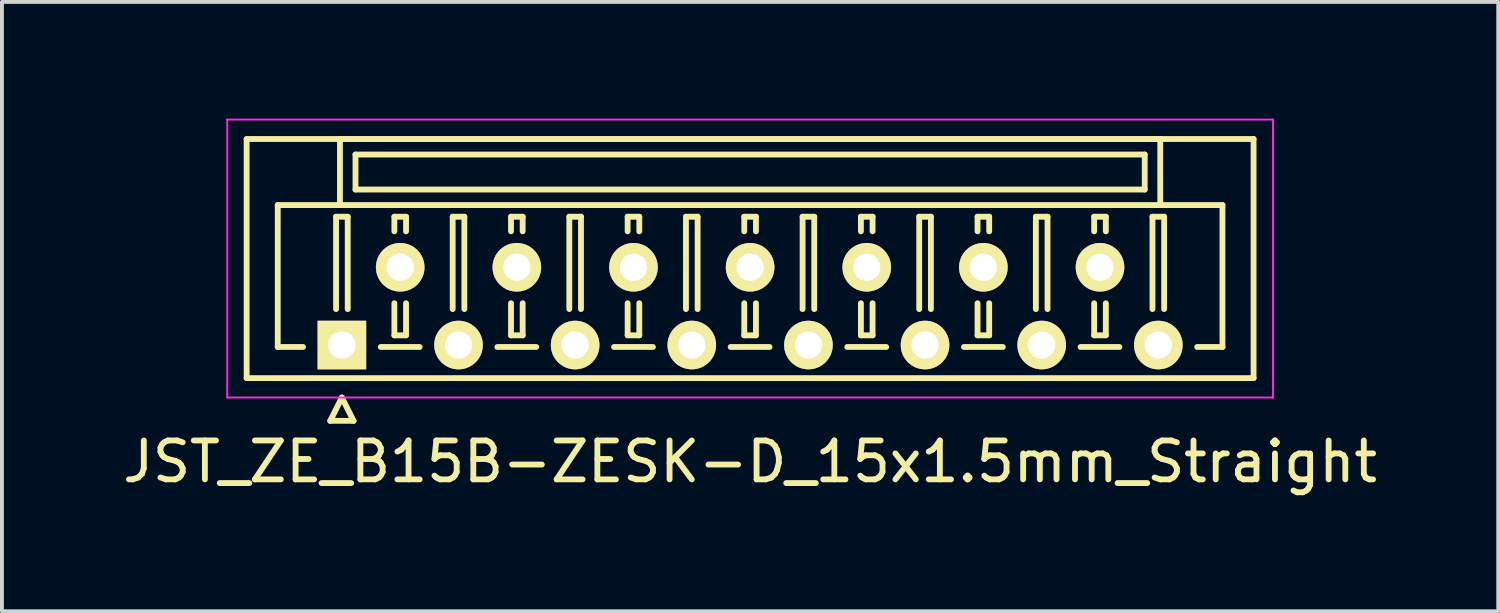
<source format=kicad_pcb>
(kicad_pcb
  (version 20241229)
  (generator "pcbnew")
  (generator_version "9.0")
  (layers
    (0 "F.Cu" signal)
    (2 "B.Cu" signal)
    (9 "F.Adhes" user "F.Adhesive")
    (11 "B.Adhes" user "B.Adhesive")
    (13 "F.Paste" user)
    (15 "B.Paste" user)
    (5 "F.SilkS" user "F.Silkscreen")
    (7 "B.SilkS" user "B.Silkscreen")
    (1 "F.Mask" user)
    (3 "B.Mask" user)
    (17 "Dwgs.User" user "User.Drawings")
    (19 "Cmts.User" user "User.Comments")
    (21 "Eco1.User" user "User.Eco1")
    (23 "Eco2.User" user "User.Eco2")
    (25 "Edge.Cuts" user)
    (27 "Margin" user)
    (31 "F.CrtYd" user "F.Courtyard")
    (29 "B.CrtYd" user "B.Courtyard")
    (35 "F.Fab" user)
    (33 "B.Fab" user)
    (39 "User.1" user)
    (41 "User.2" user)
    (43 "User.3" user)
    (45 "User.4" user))
  (footprint "JST_ZE_B15B-ZESK-D_15x1.5mm_Straight"
    (layer "F.Cu")
    (at 5.744 5.825)
    (property "Reference" "JST_ZE_B15B-ZESK-D_15x1.5mm_Straight" (at 10.5 3 0) (layer "F.SilkS") (effects (font (size 1 1) (thickness 0.15))))
    (attr through_hole)
    (fp_line (start -2.45 -5.3) (end -2.45 0.85) (stroke (width 0.15) (type solid)) (layer "F.SilkS"))
    (fp_line (start -2.45 0.85) (end 23.45 0.85) (stroke (width 0.15) (type solid)) (layer "F.SilkS"))
    (fp_line (start -1.65 -3.6) (end -1.65 0.05) (stroke (width 0.15) (type solid)) (layer "F.SilkS"))
    (fp_line (start -1.65 0.05) (end -1 0.05) (stroke (width 0.15) (type solid)) (layer "F.SilkS"))
    (fp_line (start -0.3 1.95) (end 0 1.35) (stroke (width 0.15) (type solid)) (layer "F.SilkS"))
    (fp_line (start -0.15 -3.3) (end 0.15 -3.3) (stroke (width 0.15) (type solid)) (layer "F.SilkS"))
    (fp_line (start -0.15 -0.925) (end -0.15 -3.3) (stroke (width 0.15) (type solid)) (layer "F.SilkS"))
    (fp_line (start -0.05 -5.3) (end -0.05 -3.6) (stroke (width 0.15) (type solid)) (layer "F.SilkS"))
    (fp_line (start -0.05 -3.6) (end -1.65 -3.6) (stroke (width 0.15) (type solid)) (layer "F.SilkS"))
    (fp_line (start -0.05 -3.6) (end 21.05 -3.6) (stroke (width 0.15) (type solid)) (layer "F.SilkS"))
    (fp_line (start 0 1.35) (end 0.3 1.95) (stroke (width 0.15) (type solid)) (layer "F.SilkS"))
    (fp_line (start 0.15 -3.3) (end 0.15 -0.925) (stroke (width 0.15) (type solid)) (layer "F.SilkS"))
    (fp_line (start 0.3 1.95) (end -0.3 1.95) (stroke (width 0.15) (type solid)) (layer "F.SilkS"))
    (fp_line (start 0.35 -4.9) (end 0.35 -4) (stroke (width 0.15) (type solid)) (layer "F.SilkS"))
    (fp_line (start 0.35 -4) (end 20.65 -4) (stroke (width 0.15) (type solid)) (layer "F.SilkS"))
    (fp_line (start 1 0.05) (end 2 0.05) (stroke (width 0.15) (type solid)) (layer "F.SilkS"))
    (fp_line (start 1.35 -3.3) (end 1.65 -3.3) (stroke (width 0.15) (type solid)) (layer "F.SilkS"))
    (fp_line (start 1.35 -2.925) (end 1.35 -3.3) (stroke (width 0.15) (type solid)) (layer "F.SilkS"))
    (fp_line (start 1.35 -1.075) (end 1.35 -0.25) (stroke (width 0.15) (type solid)) (layer "F.SilkS"))
    (fp_line (start 1.35 -0.25) (end 1.65 -0.25) (stroke (width 0.15) (type solid)) (layer "F.SilkS"))
    (fp_line (start 1.65 -3.3) (end 1.65 -2.925) (stroke (width 0.15) (type solid)) (layer "F.SilkS"))
    (fp_line (start 1.65 -0.25) (end 1.65 -1.075) (stroke (width 0.15) (type solid)) (layer "F.SilkS"))
    (fp_line (start 2.85 -3.3) (end 3.15 -3.3) (stroke (width 0.15) (type solid)) (layer "F.SilkS"))
    (fp_line (start 2.85 -0.925) (end 2.85 -3.3) (stroke (width 0.15) (type solid)) (layer "F.SilkS"))
    (fp_line (start 3.15 -3.3) (end 3.15 -0.925) (stroke (width 0.15) (type solid)) (layer "F.SilkS"))
    (fp_line (start 4 0.05) (end 5 0.05) (stroke (width 0.15) (type solid)) (layer "F.SilkS"))
    (fp_line (start 4.35 -3.3) (end 4.65 -3.3) (stroke (width 0.15) (type solid)) (layer "F.SilkS"))
    (fp_line (start 4.35 -2.925) (end 4.35 -3.3) (stroke (width 0.15) (type solid)) (layer "F.SilkS"))
    (fp_line (start 4.35 -1.075) (end 4.35 -0.25) (stroke (width 0.15) (type solid)) (layer "F.SilkS"))
    (fp_line (start 4.35 -0.25) (end 4.65 -0.25) (stroke (width 0.15) (type solid)) (layer "F.SilkS"))
    (fp_line (start 4.65 -3.3) (end 4.65 -2.925) (stroke (width 0.15) (type solid)) (layer "F.SilkS"))
    (fp_line (start 4.65 -0.25) (end 4.65 -1.075) (stroke (width 0.15) (type solid)) (layer "F.SilkS"))
    (fp_line (start 5.85 -3.3) (end 6.15 -3.3) (stroke (width 0.15) (type solid)) (layer "F.SilkS"))
    (fp_line (start 5.85 -0.925) (end 5.85 -3.3) (stroke (width 0.15) (type solid)) (layer "F.SilkS"))
    (fp_line (start 6.15 -3.3) (end 6.15 -0.925) (stroke (width 0.15) (type solid)) (layer "F.SilkS"))
    (fp_line (start 7 0.05) (end 8 0.05) (stroke (width 0.15) (type solid)) (layer "F.SilkS"))
    (fp_line (start 7.35 -3.3) (end 7.65 -3.3) (stroke (width 0.15) (type solid)) (layer "F.SilkS"))
    (fp_line (start 7.35 -2.925) (end 7.35 -3.3) (stroke (width 0.15) (type solid)) (layer "F.SilkS"))
    (fp_line (start 7.35 -1.075) (end 7.35 -0.25) (stroke (width 0.15) (type solid)) (layer "F.SilkS"))
    (fp_line (start 7.35 -0.25) (end 7.65 -0.25) (stroke (width 0.15) (type solid)) (layer "F.SilkS"))
    (fp_line (start 7.65 -3.3) (end 7.65 -2.925) (stroke (width 0.15) (type solid)) (layer "F.SilkS"))
    (fp_line (start 7.65 -0.25) (end 7.65 -1.075) (stroke (width 0.15) (type solid)) (layer "F.SilkS"))
    (fp_line (start 8.85 -3.3) (end 9.15 -3.3) (stroke (width 0.15) (type solid)) (layer "F.SilkS"))
    (fp_line (start 8.85 -0.925) (end 8.85 -3.3) (stroke (width 0.15) (type solid)) (layer "F.SilkS"))
    (fp_line (start 9.15 -3.3) (end 9.15 -0.925) (stroke (width 0.15) (type solid)) (layer "F.SilkS"))
    (fp_line (start 10 0.05) (end 11 0.05) (stroke (width 0.15) (type solid)) (layer "F.SilkS"))
    (fp_line (start 10.35 -3.3) (end 10.65 -3.3) (stroke (width 0.15) (type solid)) (layer "F.SilkS"))
    (fp_line (start 10.35 -2.925) (end 10.35 -3.3) (stroke (width 0.15) (type solid)) (layer "F.SilkS"))
    (fp_line (start 10.35 -1.075) (end 10.35 -0.25) (stroke (width 0.15) (type solid)) (layer "F.SilkS"))
    (fp_line (start 10.35 -0.25) (end 10.65 -0.25) (stroke (width 0.15) (type solid)) (layer "F.SilkS"))
    (fp_line (start 10.65 -3.3) (end 10.65 -2.925) (stroke (width 0.15) (type solid)) (layer "F.SilkS"))
    (fp_line (start 10.65 -0.25) (end 10.65 -1.075) (stroke (width 0.15) (type solid)) (layer "F.SilkS"))
    (fp_line (start 11.85 -3.3) (end 12.15 -3.3) (stroke (width 0.15) (type solid)) (layer "F.SilkS"))
    (fp_line (start 11.85 -0.925) (end 11.85 -3.3) (stroke (width 0.15) (type solid)) (layer "F.SilkS"))
    (fp_line (start 12.15 -3.3) (end 12.15 -0.925) (stroke (width 0.15) (type solid)) (layer "F.SilkS"))
    (fp_line (start 13 0.05) (end 14 0.05) (stroke (width 0.15) (type solid)) (layer "F.SilkS"))
    (fp_line (start 13.35 -3.3) (end 13.65 -3.3) (stroke (width 0.15) (type solid)) (layer "F.SilkS"))
    (fp_line (start 13.35 -2.925) (end 13.35 -3.3) (stroke (width 0.15) (type solid)) (layer "F.SilkS"))
    (fp_line (start 13.35 -1.075) (end 13.35 -0.25) (stroke (width 0.15) (type solid)) (layer "F.SilkS"))
    (fp_line (start 13.35 -0.25) (end 13.65 -0.25) (stroke (width 0.15) (type solid)) (layer "F.SilkS"))
    (fp_line (start 13.65 -3.3) (end 13.65 -2.925) (stroke (width 0.15) (type solid)) (layer "F.SilkS"))
    (fp_line (start 13.65 -0.25) (end 13.65 -1.075) (stroke (width 0.15) (type solid)) (layer "F.SilkS"))
    (fp_line (start 14.85 -3.3) (end 15.15 -3.3) (stroke (width 0.15) (type solid)) (layer "F.SilkS"))
    (fp_line (start 14.85 -0.925) (end 14.85 -3.3) (stroke (width 0.15) (type solid)) (layer "F.SilkS"))
    (fp_line (start 15.15 -3.3) (end 15.15 -0.925) (stroke (width 0.15) (type solid)) (layer "F.SilkS"))
    (fp_line (start 16 0.05) (end 17 0.05) (stroke (width 0.15) (type solid)) (layer "F.SilkS"))
    (fp_line (start 16.35 -3.3) (end 16.65 -3.3) (stroke (width 0.15) (type solid)) (layer "F.SilkS"))
    (fp_line (start 16.35 -2.925) (end 16.35 -3.3) (stroke (width 0.15) (type solid)) (layer "F.SilkS"))
    (fp_line (start 16.35 -1.075) (end 16.35 -0.25) (stroke (width 0.15) (type solid)) (layer "F.SilkS"))
    (fp_line (start 16.35 -0.25) (end 16.65 -0.25) (stroke (width 0.15) (type solid)) (layer "F.SilkS"))
    (fp_line (start 16.65 -3.3) (end 16.65 -2.925) (stroke (width 0.15) (type solid)) (layer "F.SilkS"))
    (fp_line (start 16.65 -0.25) (end 16.65 -1.075) (stroke (width 0.15) (type solid)) (layer "F.SilkS"))
    (fp_line (start 17.85 -3.3) (end 18.15 -3.3) (stroke (width 0.15) (type solid)) (layer "F.SilkS"))
    (fp_line (start 17.85 -0.925) (end 17.85 -3.3) (stroke (width 0.15) (type solid)) (layer "F.SilkS"))
    (fp_line (start 18.15 -3.3) (end 18.15 -0.925) (stroke (width 0.15) (type solid)) (layer "F.SilkS"))
    (fp_line (start 19 0.05) (end 20 0.05) (stroke (width 0.15) (type solid)) (layer "F.SilkS"))
    (fp_line (start 19.35 -3.3) (end 19.65 -3.3) (stroke (width 0.15) (type solid)) (layer "F.SilkS"))
    (fp_line (start 19.35 -2.925) (end 19.35 -3.3) (stroke (width 0.15) (type solid)) (layer "F.SilkS"))
    (fp_line (start 19.35 -1.075) (end 19.35 -0.25) (stroke (width 0.15) (type solid)) (layer "F.SilkS"))
    (fp_line (start 19.35 -0.25) (end 19.65 -0.25) (stroke (width 0.15) (type solid)) (layer "F.SilkS"))
    (fp_line (start 19.65 -3.3) (end 19.65 -2.925) (stroke (width 0.15) (type solid)) (layer "F.SilkS"))
    (fp_line (start 19.65 -0.25) (end 19.65 -1.075) (stroke (width 0.15) (type solid)) (layer "F.SilkS"))
    (fp_line (start 20.65 -4.9) (end 0.35 -4.9) (stroke (width 0.15) (type solid)) (layer "F.SilkS"))
    (fp_line (start 20.65 -4) (end 20.65 -4.9) (stroke (width 0.15) (type solid)) (layer "F.SilkS"))
    (fp_line (start 20.85 -3.3) (end 21.15 -3.3) (stroke (width 0.15) (type solid)) (layer "F.SilkS"))
    (fp_line (start 20.85 -0.925) (end 20.85 -3.3) (stroke (width 0.15) (type solid)) (layer "F.SilkS"))
    (fp_line (start 21.05 -5.3) (end -0.05 -5.3) (stroke (width 0.15) (type solid)) (layer "F.SilkS"))
    (fp_line (start 21.05 -3.6) (end 21.05 -5.3) (stroke (width 0.15) (type solid)) (layer "F.SilkS"))
    (fp_line (start 21.05 -3.6) (end 22.65 -3.6) (stroke (width 0.15) (type solid)) (layer "F.SilkS"))
    (fp_line (start 21.15 -3.3) (end 21.15 -0.925) (stroke (width 0.15) (type solid)) (layer "F.SilkS"))
    (fp_line (start 22.65 -3.6) (end 22.65 0.05) (stroke (width 0.15) (type solid)) (layer "F.SilkS"))
    (fp_line (start 22.65 0.05) (end 22 0.05) (stroke (width 0.15) (type solid)) (layer "F.SilkS"))
    (fp_line (start 23.45 -5.3) (end -2.45 -5.3) (stroke (width 0.15) (type solid)) (layer "F.SilkS"))
    (fp_line (start 23.45 0.85) (end 23.45 -5.3) (stroke (width 0.15) (type solid)) (layer "F.SilkS"))
    (fp_line (start -2.95 -5.8) (end -2.95 1.35) (stroke (width 0.05) (type solid)) (layer "F.CrtYd"))
    (fp_line (start -2.95 1.35) (end 23.95 1.35) (stroke (width 0.05) (type solid)) (layer "F.CrtYd"))
    (fp_line (start 23.95 -5.8) (end -2.95 -5.8) (stroke (width 0.05) (type solid)) (layer "F.CrtYd"))
    (fp_line (start 23.95 1.35) (end 23.95 -5.8) (stroke (width 0.05) (type solid)) (layer "F.CrtYd"))
    (pad "1" thru_hole rect (at 0 0) (size 1.25 1.25) (drill 0.7) (layers "*.Cu" "*.Mask" "F.SilkS"))
    (pad "2" thru_hole circle (at 1.5 -2) (size 1.25 1.25) (drill 0.7) (layers "*.Cu" "*.Mask" "F.SilkS"))
    (pad "3" thru_hole circle (at 3 0) (size 1.25 1.25) (drill 0.7) (layers "*.Cu" "*.Mask" "F.SilkS"))
    (pad "4" thru_hole circle (at 4.5 -2) (size 1.25 1.25) (drill 0.7) (layers "*.Cu" "*.Mask" "F.SilkS"))
    (pad "5" thru_hole circle (at 6 0) (size 1.25 1.25) (drill 0.7) (layers "*.Cu" "*.Mask" "F.SilkS"))
    (pad "6" thru_hole circle (at 7.5 -2) (size 1.25 1.25) (drill 0.7) (layers "*.Cu" "*.Mask" "F.SilkS"))
    (pad "7" thru_hole circle (at 9 0) (size 1.25 1.25) (drill 0.7) (layers "*.Cu" "*.Mask" "F.SilkS"))
    (pad "8" thru_hole circle (at 10.5 -2) (size 1.25 1.25) (drill 0.7) (layers "*.Cu" "*.Mask" "F.SilkS"))
    (pad "9" thru_hole circle (at 12 0) (size 1.25 1.25) (drill 0.7) (layers "*.Cu" "*.Mask" "F.SilkS"))
    (pad "10" thru_hole circle (at 13.5 -2) (size 1.25 1.25) (drill 0.7) (layers "*.Cu" "*.Mask" "F.SilkS"))
    (pad "11" thru_hole circle (at 15 0) (size 1.25 1.25) (drill 0.7) (layers "*.Cu" "*.Mask" "F.SilkS"))
    (pad "12" thru_hole circle (at 16.5 -2) (size 1.25 1.25) (drill 0.7) (layers "*.Cu" "*.Mask" "F.SilkS"))
    (pad "13" thru_hole circle (at 18 0) (size 1.25 1.25) (drill 0.7) (layers "*.Cu" "*.Mask" "F.SilkS"))
    (pad "14" thru_hole circle (at 19.5 -2) (size 1.25 1.25) (drill 0.7) (layers "*.Cu" "*.Mask" "F.SilkS"))
    (pad "15" thru_hole circle (at 21 0) (size 1.25 1.25) (drill 0.7) (layers "*.Cu" "*.Mask" "F.SilkS")))
  (gr_rect
    (start -3 -3)
    (end 35.488 12.673)
    (stroke (width 0.1) (type default))
    (fill no)
    (layer "Edge.Cuts")))
</source>
